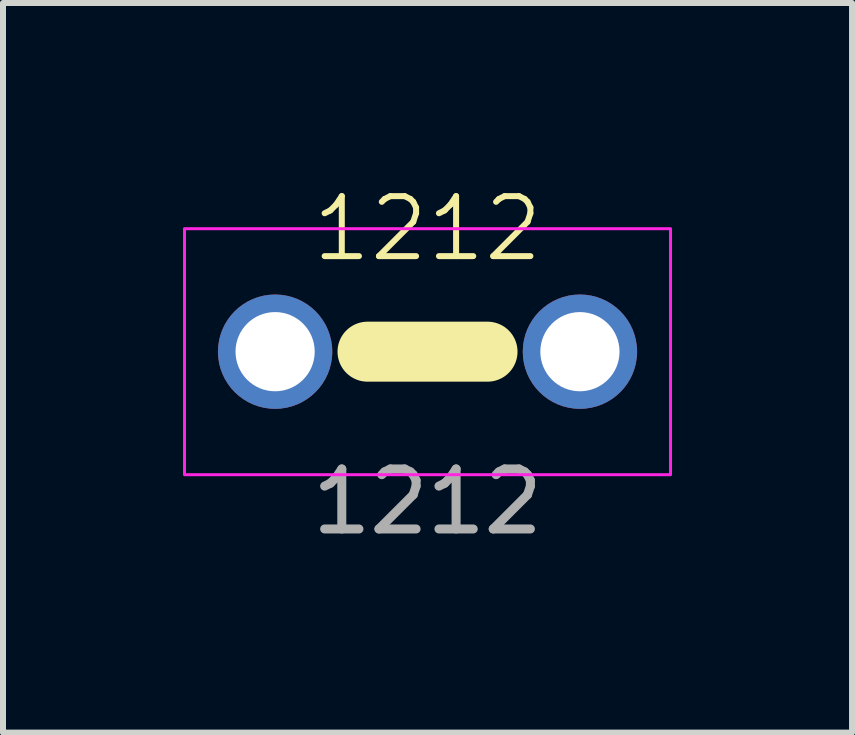
<source format=kicad_pcb>
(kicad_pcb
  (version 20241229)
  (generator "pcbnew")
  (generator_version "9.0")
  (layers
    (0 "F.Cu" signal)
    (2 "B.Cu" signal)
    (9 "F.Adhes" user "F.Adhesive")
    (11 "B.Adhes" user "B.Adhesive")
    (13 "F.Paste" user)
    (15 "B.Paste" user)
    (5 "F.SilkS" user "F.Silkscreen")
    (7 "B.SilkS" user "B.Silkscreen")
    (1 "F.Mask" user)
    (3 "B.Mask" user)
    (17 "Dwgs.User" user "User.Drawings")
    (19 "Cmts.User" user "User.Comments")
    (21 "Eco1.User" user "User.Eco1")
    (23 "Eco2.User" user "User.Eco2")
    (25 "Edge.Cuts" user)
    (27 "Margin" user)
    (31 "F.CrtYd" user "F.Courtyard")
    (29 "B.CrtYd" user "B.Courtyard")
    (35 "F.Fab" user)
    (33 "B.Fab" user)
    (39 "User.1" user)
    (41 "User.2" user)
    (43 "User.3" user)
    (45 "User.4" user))
  (footprint "1212"
    (layer "F.Cu")
    (at 4.075 2.811)
    (property "Reference" "1212" (at 0 -2.05 0) (unlocked yes) (layer "F.SilkS") (effects (font (size 1 1) (thickness 0.1))))
    (attr smd)
    (fp_line (start -1 0) (end 1 0) (stroke (width 1) (type solid)) (layer "F.SilkS"))
    (fp_rect (start -4.05 -2.05) (end 4.05 2.05) (stroke (width 0.05) (type solid)) (fill no) (layer "F.CrtYd"))
    (fp_text user "${REFERENCE}" (at 0 2.5 0) (unlocked yes) (layer "F.Fab") (effects (font (size 1 1) (thickness 0.15))))
    (pad "1" thru_hole circle (at -2.54 0) (size 1.905 1.905) (drill 1.32) (layers "*.Cu" "*.Mask"))
    (pad "1" thru_hole circle (at 2.54 0) (size 1.905 1.905) (drill 1.32) (layers "*.Cu" "*.Mask")))
  (gr_rect
    (start -3 -3)
    (end 11.15 9.159)
    (stroke (width 0.1) (type default))
    (fill no)
    (layer "Edge.Cuts")))
</source>
